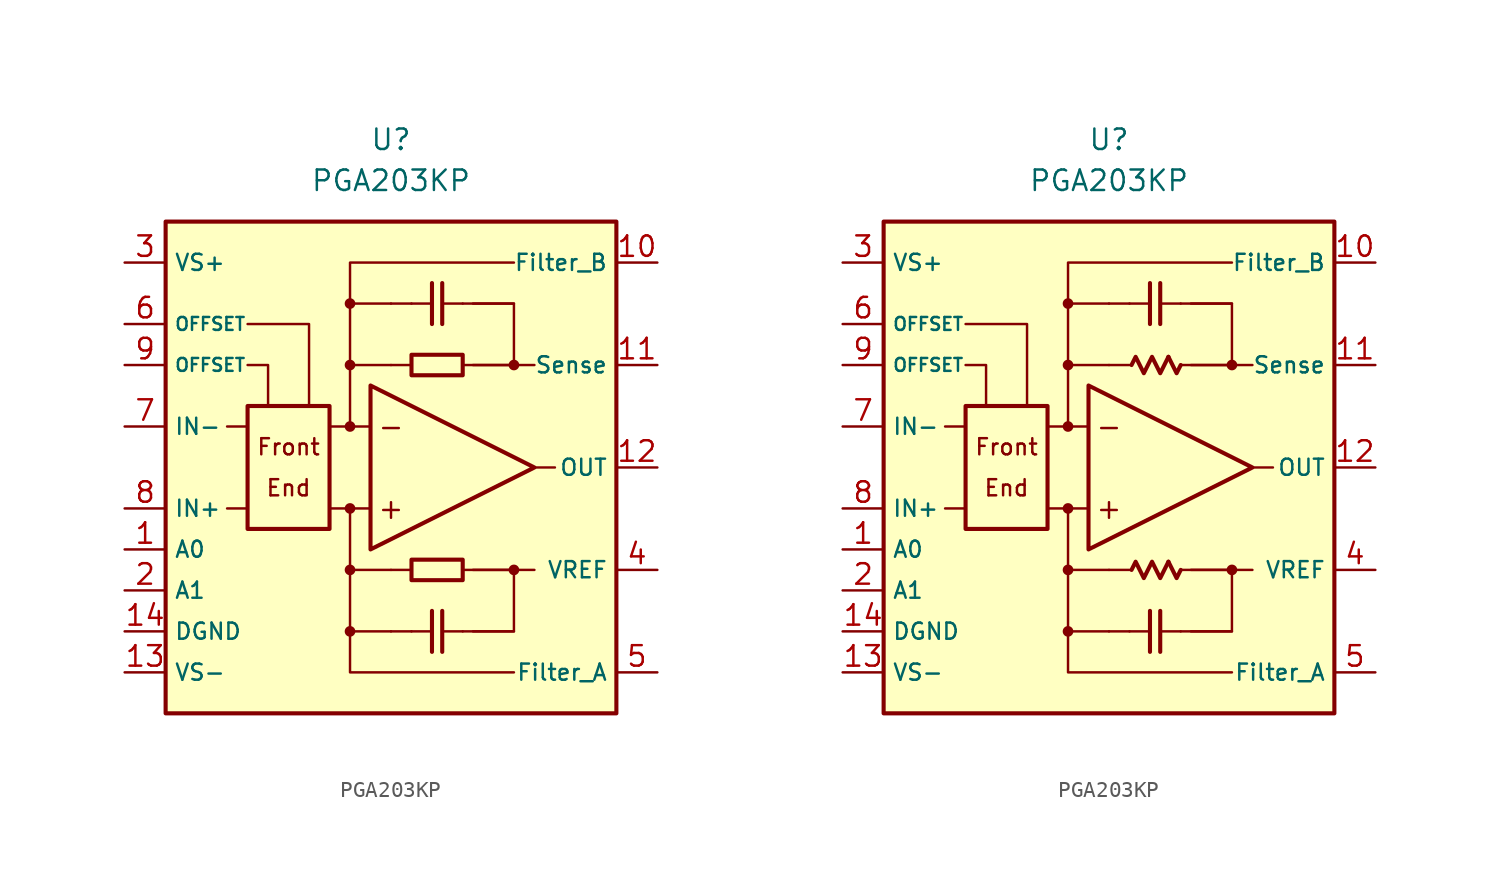
<source format=kicad_sym>
(kicad_symbol_lib
  (version 20231120)
  (generator "kicad_symbol_editor")
  (generator_version "8.0")
  (symbol "PGA203KP"
    (property "Reference" "U"
      (at 0 20.32 0)
      (effects (font (size 1.27 1.27))))
    (property "Value" "PGA203KP"
      (at 0 17.78 0)
      (effects (font (size 1.27 1.27))))
    (symbol "PGA203KP_0_0"
      (rectangle (start -13.97 15.24) (end 13.97 -15.24) (stroke (width 0.254) (type default)) (fill (type background)))
      (rectangle (start -8.89 3.81) (end -3.81 -3.81) (stroke (width 0.254) (type default)) (fill (type none)))
      (circle (center -2.54 -10.16) (radius 0.254) (stroke (width 0.152) (type default)) (fill (type outline)))
      (circle (center -2.54 -6.35) (radius 0.254) (stroke (width 0.152) (type default)) (fill (type outline)))
      (circle (center -2.54 -2.54) (radius 0.254) (stroke (width 0.152) (type default)) (fill (type outline)))
      (circle (center -2.54 2.54) (radius 0.254) (stroke (width 0.152) (type default)) (fill (type outline)))
      (circle (center -2.54 6.35) (radius 0.254) (stroke (width 0.152) (type default)) (fill (type outline)))
      (circle (center -2.54 10.16) (radius 0.254) (stroke (width 0.152) (type default)) (fill (type outline)))
      (polyline (pts (xy 1.27 -6.35)) (stroke (width 0.152) (type default)) (fill (type none)))
      (polyline (pts (xy 1.27 6.35)) (stroke (width 0.152) (type default)) (fill (type none)))
      (polyline (pts (xy -8.89 -2.54) (xy -10.16 -2.54)) (stroke (width 0.152) (type default)) (fill (type none)))
      (polyline (pts (xy -8.89 2.54) (xy -10.16 2.54)) (stroke (width 0.152) (type default)) (fill (type none)))
      (polyline (pts (xy -2.54 -2.54) (xy -3.81 -2.54)) (stroke (width 0.152) (type default)) (fill (type none)))
      (polyline (pts (xy -2.54 2.54) (xy -3.81 2.54)) (stroke (width 0.152) (type default)) (fill (type none)))
      (polyline (pts (xy -1.27 -2.54) (xy -2.54 -2.54)) (stroke (width 0.152) (type default)) (fill (type none)))
      (polyline (pts (xy -1.27 2.54) (xy -2.54 2.54)) (stroke (width 0.152) (type default)) (fill (type none)))
      (polyline (pts (xy 0 -6.35) (xy -2.54 -6.35)) (stroke (width 0.152) (type default)) (fill (type none)))
      (polyline (pts (xy 0 -6.35) (xy 1.27 -6.35)) (stroke (width 0.152) (type default)) (fill (type none)))
      (polyline (pts (xy 0 6.35) (xy -2.54 6.35)) (stroke (width 0.152) (type default)) (fill (type none)))
      (polyline (pts (xy 0 6.35) (xy 1.27 6.35)) (stroke (width 0.152) (type default)) (fill (type none)))
      (polyline (pts (xy 1.27 -10.16) (xy 0 -10.16)) (stroke (width 0.152) (type default)) (fill (type none)))
      (polyline (pts (xy 1.27 10.16) (xy 0 10.16)) (stroke (width 0.152) (type default)) (fill (type none)))
      (polyline (pts (xy 4.445 -10.16) (xy 7.62 -10.16)) (stroke (width 0.152) (type default)) (fill (type none)))
      (polyline (pts (xy 4.445 -6.35) (xy 7.62 -6.35)) (stroke (width 0.152) (type default)) (fill (type none)))
      (polyline (pts (xy 4.445 6.35) (xy 7.62 6.35)) (stroke (width 0.152) (type default)) (fill (type none)))
      (polyline (pts (xy 4.445 10.16) (xy 7.62 10.16)) (stroke (width 0.152) (type default)) (fill (type none)))
      (polyline (pts (xy 7.62 -6.35) (xy 8.89 -6.35)) (stroke (width 0.152) (type default)) (fill (type none)))
      (polyline (pts (xy 7.62 6.35) (xy 8.89 6.35)) (stroke (width 0.152) (type default)) (fill (type none)))
      (polyline (pts (xy 8.89 0) (xy 10.16 0)) (stroke (width 0.152) (type default)) (fill (type none)))
      (polyline (pts (xy -8.89 6.35) (xy -7.62 6.35) (xy -7.62 3.81)) (stroke (width 0.152) (type default)) (fill (type none)))
      (polyline (pts (xy -8.89 8.89) (xy -5.08 8.89) (xy -5.08 3.81)) (stroke (width 0.152) (type default)) (fill (type none)))
      (polyline (pts (xy -2.54 -10.16) (xy -2.54 -12.7) (xy 7.62 -12.7)) (stroke (width 0.152) (type default)) (fill (type none)))
      (polyline (pts (xy -2.54 10.16) (xy -2.54 12.7) (xy 7.62 12.7)) (stroke (width 0.152) (type default)) (fill (type none)))
      (polyline (pts (xy 0 -10.16) (xy -2.54 -10.16) (xy -2.54 -2.54)) (stroke (width 0.152) (type default)) (fill (type none)))
      (polyline (pts (xy 0 10.16) (xy -2.54 10.16) (xy -2.54 2.54)) (stroke (width 0.152) (type default)) (fill (type none)))
      (polyline (pts (xy 5.08 -10.16) (xy 7.62 -10.16) (xy 7.62 -6.35) (xy 5.08 -6.35)) (stroke (width 0.152) (type default)) (fill (type none)))
      (polyline (pts (xy 5.08 10.16) (xy 7.62 10.16) (xy 7.62 6.35) (xy 5.08 6.35)) (stroke (width 0.152) (type default)) (fill (type none)))
      (circle (center 7.62 -6.35) (radius 0.254) (stroke (width 0.152) (type default)) (fill (type outline)))
      (circle (center 7.62 6.35) (radius 0.254) (stroke (width 0.152) (type default)) (fill (type outline)))
      (text "+" (at 0 -2.54 0) (effects (font (size 1.27 1.27))))
      (text "-" (at 0 2.54 0) (effects (font (size 1.27 1.27))))
      (text "End" (at -6.35 -1.27 0) (effects (font (size 1 1))))
      (text "Front" (at -6.35 1.27 0) (effects (font (size 1 1)))))
    (symbol "PGA203KP_0_1"
      (rectangle (start 1.27 6.985) (end 4.445 5.715) (stroke (width 0.254) (type default)) (fill (type none)))
      (rectangle (start 4.445 -5.715) (end 1.27 -6.985) (stroke (width 0.254) (type default)) (fill (type none))))
    (symbol "PGA203KP_0_2"
      (polyline (pts (xy 3.683 -5.842) (xy 4.191 -6.858) (xy 4.445 -6.35)) (stroke (width 0.254) (type default)) (fill (type none)))
      (polyline (pts (xy 3.683 6.858) (xy 4.191 5.842) (xy 4.445 6.35)) (stroke (width 0.254) (type default)) (fill (type none)))
      (polyline (pts (xy 1.397 -6.35) (xy 1.651 -5.842) (xy 2.159 -6.858) (xy 2.667 -5.842) (xy 3.175 -6.858) (xy 3.683 -5.842)) (stroke (width 0.254) (type default)) (fill (type none)))
      (polyline (pts (xy 1.397 6.35) (xy 1.651 6.858) (xy 2.159 5.842) (xy 2.667 6.858) (xy 3.175 5.842) (xy 3.683 6.858)) (stroke (width 0.254) (type default)) (fill (type none))))
    (symbol "PGA203KP_1_0"
      (polyline (pts (xy 1.27 -10.16) (xy 2.54 -10.16)) (stroke (width 0.152) (type default)) (fill (type none)))
      (polyline (pts (xy 1.27 10.16) (xy 2.54 10.16)) (stroke (width 0.152) (type default)) (fill (type none)))
      (polyline (pts (xy 2.54 -8.89) (xy 2.54 -11.43)) (stroke (width 0.254) (type default)) (fill (type none)))
      (polyline (pts (xy 2.54 8.89) (xy 2.54 11.43)) (stroke (width 0.254) (type default)) (fill (type none)))
      (polyline (pts (xy 3.175 -11.43) (xy 3.175 -8.89)) (stroke (width 0.254) (type default)) (fill (type none)))
      (polyline (pts (xy 3.175 11.43) (xy 3.175 8.89)) (stroke (width 0.254) (type default)) (fill (type none)))
      (polyline (pts (xy 4.445 -10.16) (xy 3.175 -10.16)) (stroke (width 0.152) (type default)) (fill (type none)))
      (polyline (pts (xy 4.445 10.16) (xy 3.175 10.16)) (stroke (width 0.152) (type default)) (fill (type none)))
      (polyline (pts (xy -1.27 5.08) (xy -1.27 -5.08) (xy 8.89 0) (xy -1.27 5.08)) (stroke (width 0.254) (type default)) (fill (type background))))
    (symbol "PGA203KP_1_1"
      (pin input line (at -16.51 -5.08 0) (length 2.54) (name "A0" (effects (font (size 1 1)))) (number "1" (effects (font (size 1.27 1.27)))))
      (pin passive line (at 16.51 12.7 180) (length 2.54) (name "Filter_B" (effects (font (size 1 1)))) (number "10" (effects (font (size 1.27 1.27)))))
      (pin passive line (at 16.51 6.35 180) (length 2.54) (name "Sense" (effects (font (size 1 1)))) (number "11" (effects (font (size 1.27 1.27)))))
      (pin output line (at 16.51 0 180) (length 2.54) (name "OUT" (effects (font (size 1 1)))) (number "12" (effects (font (size 1.27 1.27)))))
      (pin power_in line (at -16.51 -12.7 0) (length 2.54) (name "VS-" (effects (font (size 1 1)))) (number "13" (effects (font (size 1.27 1.27)))))
      (pin power_in line (at -16.51 -10.16 0) (length 2.54) (name "DGND" (effects (font (size 1 1)))) (number "14" (effects (font (size 1.27 1.27)))))
      (pin input line (at -16.51 -7.62 0) (length 2.54) (name "A1" (effects (font (size 1 1)))) (number "2" (effects (font (size 1.27 1.27)))))
      (pin power_in line (at -16.51 12.7 0) (length 2.54) (name "VS+" (effects (font (size 1 1)))) (number "3" (effects (font (size 1.27 1.27)))))
      (pin passive line (at 16.51 -6.35 180) (length 2.54) (name "VREF" (effects (font (size 1 1)))) (number "4" (effects (font (size 1.27 1.27)))))
      (pin passive line (at 16.51 -12.7 180) (length 2.54) (name "Filter_A" (effects (font (size 1 1)))) (number "5" (effects (font (size 1.27 1.27)))))
      (pin passive line (at -16.51 8.89 0) (length 2.54) (name "OFFSET" (effects (font (size 0.8 0.8)))) (number "6" (effects (font (size 1.27 1.27)))))
      (pin input line (at -16.51 2.54 0) (length 2.54) (name "IN-" (effects (font (size 1 1)))) (number "7" (effects (font (size 1.27 1.27)))))
      (pin input line (at -16.51 -2.54 0) (length 2.54) (name "IN+" (effects (font (size 1 1)))) (number "8" (effects (font (size 1.27 1.27)))))
      (pin passive line (at -16.51 6.35 0) (length 2.54) (name "OFFSET" (effects (font (size 0.8 0.8)))) (number "9" (effects (font (size 1.27 1.27))))))
    (symbol "PGA203KP_1_2"
      (pin input line (at -16.51 -5.08 0) (length 2.54) (name "A0" (effects (font (size 1 1)))) (number "1" (effects (font (size 1.27 1.27)))))
      (pin passive line (at 16.51 12.7 180) (length 2.54) (name "Filter_B" (effects (font (size 1 1)))) (number "10" (effects (font (size 1.27 1.27)))))
      (pin passive line (at 16.51 6.35 180) (length 2.54) (name "Sense" (effects (font (size 1 1)))) (number "11" (effects (font (size 1.27 1.27)))))
      (pin output line (at 16.51 0 180) (length 2.54) (name "OUT" (effects (font (size 1 1)))) (number "12" (effects (font (size 1.27 1.27)))))
      (pin power_in line (at -16.51 -12.7 0) (length 2.54) (name "VS-" (effects (font (size 1 1)))) (number "13" (effects (font (size 1.27 1.27)))))
      (pin power_in line (at -16.51 -10.16 0) (length 2.54) (name "DGND" (effects (font (size 1 1)))) (number "14" (effects (font (size 1.27 1.27)))))
      (pin input line (at -16.51 -7.62 0) (length 2.54) (name "A1" (effects (font (size 1 1)))) (number "2" (effects (font (size 1.27 1.27)))))
      (pin power_in line (at -16.51 12.7 0) (length 2.54) (name "VS+" (effects (font (size 1 1)))) (number "3" (effects (font (size 1.27 1.27)))))
      (pin passive line (at 16.51 -6.35 180) (length 2.54) (name "VREF" (effects (font (size 1 1)))) (number "4" (effects (font (size 1.27 1.27)))))
      (pin passive line (at 16.51 -12.7 180) (length 2.54) (name "Filter_A" (effects (font (size 1 1)))) (number "5" (effects (font (size 1.27 1.27)))))
      (pin passive line (at -16.51 8.89 0) (length 2.54) (name "OFFSET" (effects (font (size 0.8 0.8)))) (number "6" (effects (font (size 1.27 1.27)))))
      (pin input line (at -16.51 2.54 0) (length 2.54) (name "IN-" (effects (font (size 1 1)))) (number "7" (effects (font (size 1.27 1.27)))))
      (pin input line (at -16.51 -2.54 0) (length 2.54) (name "IN+" (effects (font (size 1 1)))) (number "8" (effects (font (size 1.27 1.27)))))
      (pin passive line (at -16.51 6.35 0) (length 2.54) (name "OFFSET" (effects (font (size 0.8 0.8)))) (number "9" (effects (font (size 1.27 1.27))))))))
</source>
